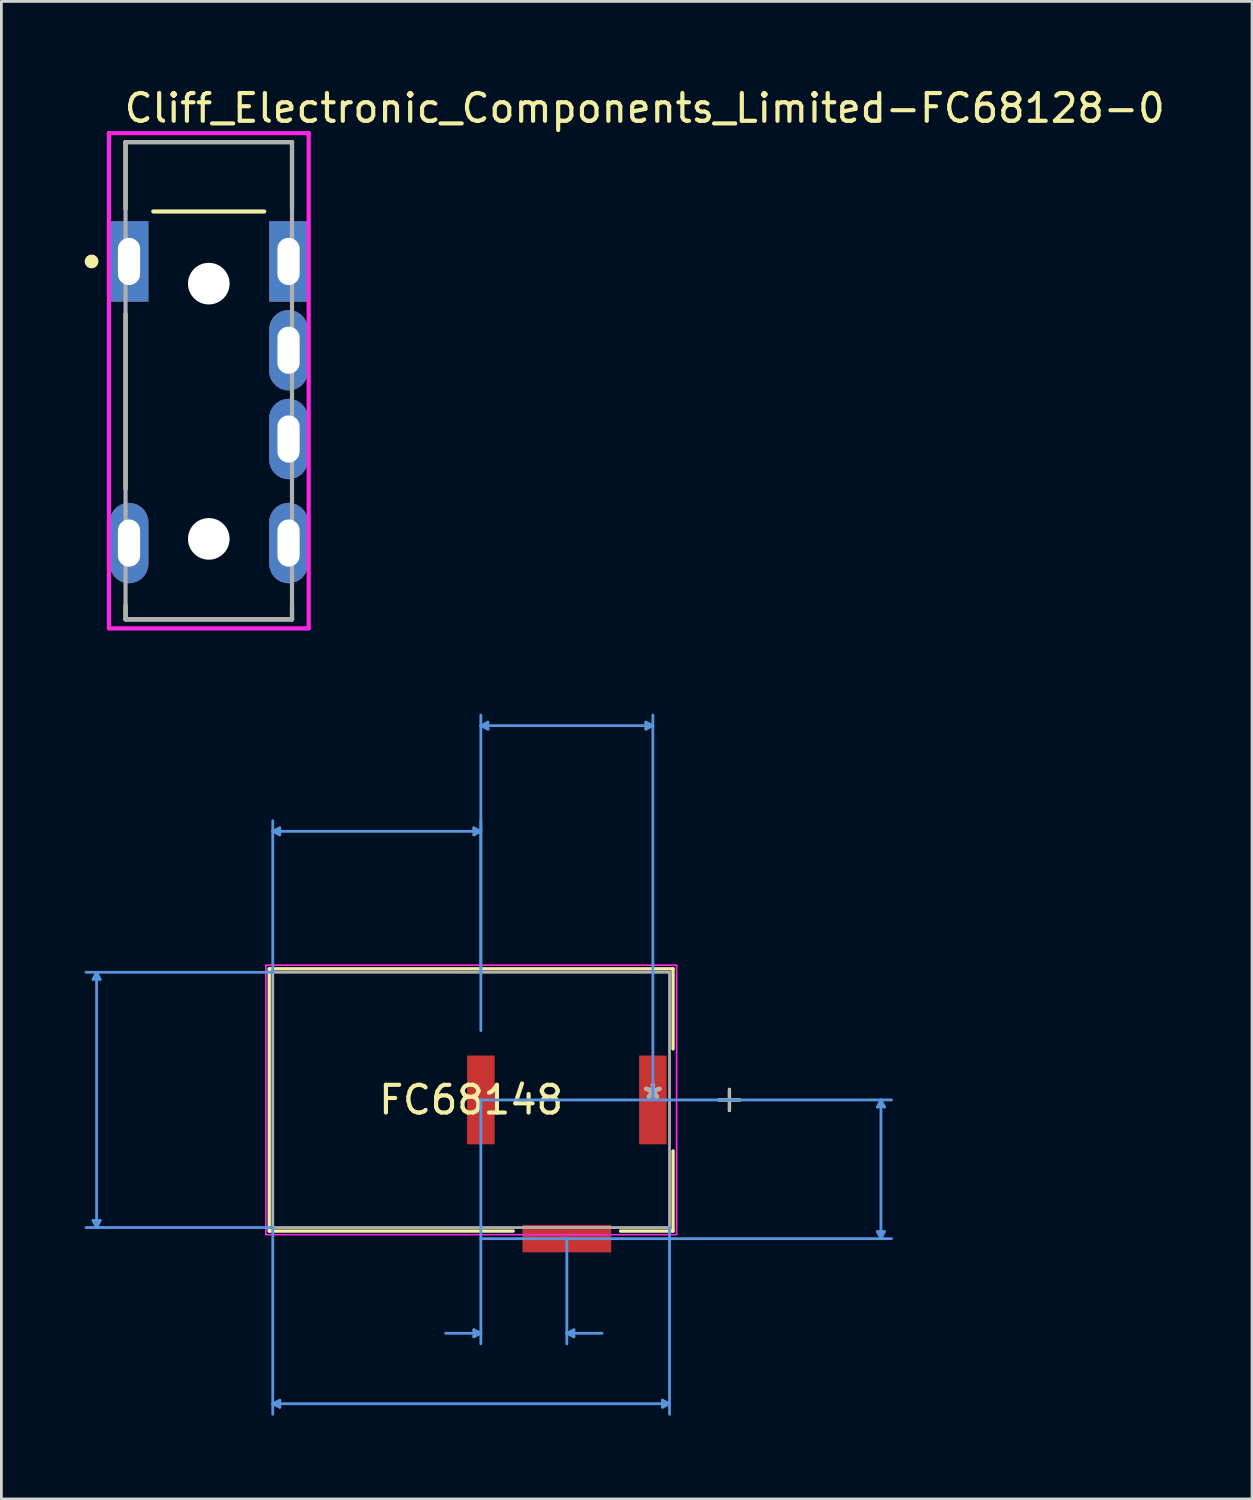
<source format=kicad_pcb>
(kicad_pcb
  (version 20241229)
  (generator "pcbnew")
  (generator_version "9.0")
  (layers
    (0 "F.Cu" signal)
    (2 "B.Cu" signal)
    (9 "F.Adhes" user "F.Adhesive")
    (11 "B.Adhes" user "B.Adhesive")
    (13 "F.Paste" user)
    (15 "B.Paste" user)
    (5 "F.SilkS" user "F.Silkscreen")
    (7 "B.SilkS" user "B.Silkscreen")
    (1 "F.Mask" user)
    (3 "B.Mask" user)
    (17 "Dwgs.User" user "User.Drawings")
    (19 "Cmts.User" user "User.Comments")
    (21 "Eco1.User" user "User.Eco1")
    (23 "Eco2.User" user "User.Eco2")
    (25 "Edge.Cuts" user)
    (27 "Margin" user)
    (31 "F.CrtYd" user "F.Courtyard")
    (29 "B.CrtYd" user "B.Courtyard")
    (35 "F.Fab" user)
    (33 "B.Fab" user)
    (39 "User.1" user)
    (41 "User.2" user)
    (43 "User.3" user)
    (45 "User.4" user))
  (footprint "Cliff_Electronic_Components_Limited-FC68128-0"
    (layer "F.Cu")
    (at 4.475 10.673)
    (property "Reference" "Cliff_Electronic_Components_Limited-FC68128-0" (at -3.125 -9.825 0) (layer "F.SilkS") (effects (font (size 1 1) (thickness 0.15)) (justify left)))
    (attr through_hole)
    (fp_line (start -3 -8.6) (end 3 -8.6) (stroke (width 0.15) (type solid)) (layer "F.SilkS"))
    (fp_line (start -3 -6.2) (end -3 -8.6) (stroke (width 0.15) (type solid)) (layer "F.SilkS"))
    (fp_line (start -3 -2.4) (end -3 3.9) (stroke (width 0.15) (type solid)) (layer "F.SilkS"))
    (fp_line (start -3 8.1) (end -3 8.6) (stroke (width 0.15) (type solid)) (layer "F.SilkS"))
    (fp_line (start -3 8.6) (end 3 8.6) (stroke (width 0.15) (type solid)) (layer "F.SilkS"))
    (fp_line (start -2 -6.1) (end 2 -6.1) (stroke (width 0.15) (type solid)) (layer "F.SilkS"))
    (fp_line (start 3 -6.2) (end 3 -8.6) (stroke (width 0.15) (type solid)) (layer "F.SilkS"))
    (fp_line (start 3 8.1) (end 3 8.6) (stroke (width 0.15) (type solid)) (layer "F.SilkS"))
    (fp_circle (center -4.225 -4.3) (end -4.1 -4.3) (stroke (width 0.25) (type solid)) (fill no) (layer "F.SilkS"))
    (fp_line (start -3.6 -8.925) (end -3.6 8.925) (stroke (width 0.15) (type solid)) (layer "F.CrtYd"))
    (fp_line (start -3.6 8.925) (end 3.6 8.925) (stroke (width 0.15) (type solid)) (layer "F.CrtYd"))
    (fp_line (start 3.6 -8.925) (end -3.6 -8.925) (stroke (width 0.15) (type solid)) (layer "F.CrtYd"))
    (fp_line (start 3.6 -8.925) (end 3.6 -8.925) (stroke (width 0.15) (type solid)) (layer "F.CrtYd"))
    (fp_line (start 3.6 8.925) (end 3.6 -8.925) (stroke (width 0.15) (type solid)) (layer "F.CrtYd"))
    (fp_line (start -3 -8.6) (end 3 -8.6) (stroke (width 0.15) (type solid)) (layer "F.Fab"))
    (fp_line (start -3 8.6) (end -3 -8.6) (stroke (width 0.15) (type solid)) (layer "F.Fab"))
    (fp_line (start 3 -8.6) (end 3 8.6) (stroke (width 0.15) (type solid)) (layer "F.Fab"))
    (fp_line (start 3 8.6) (end -3 8.6) (stroke (width 0.15) (type solid)) (layer "F.Fab"))
    (pad "" np_thru_hole circle (at 0 -3.5) (size 1.5 1.5) (drill 1.5) (layers "*.Cu" "*.Mask"))
    (pad "" np_thru_hole circle (at 0 5.7) (size 1.5 1.5) (drill 1.5) (layers "*.Cu" "*.Mask"))
    (pad "R1" thru_hole roundrect (at 2.875 2.1) (size 1.4 2.9) (drill oval 0.8 1.7) (layers "*.Cu" "*.Mask") (roundrect_rratio 0.5))
    (pad "R2" thru_hole roundrect (at 2.875 -1.1) (size 1.4 2.9) (drill oval 0.8 1.7) (layers "*.Cu" "*.Mask") (roundrect_rratio 0.5))
    (pad "S" thru_hole rect (at -2.875 -4.3) (size 1.4 2.9) (drill oval 0.8 1.7) (layers "*.Cu" "*.Mask"))
    (pad "S" thru_hole rect (at 2.875 -4.3) (size 1.4 2.9) (drill oval 0.8 1.7) (layers "*.Cu" "*.Mask"))
    (pad "T" thru_hole roundrect (at -2.875 5.85) (size 1.4 2.9) (drill oval 0.8 1.7) (layers "*.Cu" "*.Mask") (roundrect_rratio 0.5))
    (pad "T" thru_hole roundrect (at 2.875 5.85) (size 1.4 2.9) (drill oval 0.8 1.7) (layers "*.Cu" "*.Mask") (roundrect_rratio 0.5)))
  (footprint "FC68148"
    (layer "F.Cu")
    (at 20.481 36.594)
    (property "Reference" "FC68148" (at -6.55 0 0) (layer "F.SilkS") (effects (font (size 1 1) (thickness 0.15))))
    (attr through_hole)
    (fp_line (start -13.827 -4.727) (end -13.827 4.727) (stroke (width 0.12) (type solid)) (layer "F.SilkS"))
    (fp_line (start -13.827 4.727) (end -5.033 4.727) (stroke (width 0.12) (type solid)) (layer "F.SilkS"))
    (fp_line (start -1.167 4.727) (end 0.727 4.727) (stroke (width 0.12) (type solid)) (layer "F.SilkS"))
    (fp_line (start 0.727 -4.727) (end -13.827 -4.727) (stroke (width 0.12) (type solid)) (layer "F.SilkS"))
    (fp_line (start 0.727 -1.839) (end 0.727 -4.727) (stroke (width 0.12) (type solid)) (layer "F.SilkS"))
    (fp_line (start 0.727 4.727) (end 0.727 1.839) (stroke (width 0.12) (type solid)) (layer "F.SilkS"))
    (fp_line (start 2.759 -0.381) (end 2.759 0.381) (stroke (width 0.12) (type solid)) (layer "F.SilkS"))
    (fp_line (start 3.14 0) (end 2.378 0) (stroke (width 0.12) (type solid)) (layer "F.SilkS"))
    (fp_line (start -20.177 -4.346) (end -19.923 -4.346) (stroke (width 0.1) (type solid)) (layer "Cmts.User"))
    (fp_line (start -20.177 4.346) (end -19.923 4.346) (stroke (width 0.1) (type solid)) (layer "Cmts.User"))
    (fp_line (start -20.05 -4.6) (end -20.177 -4.346) (stroke (width 0.1) (type solid)) (layer "Cmts.User"))
    (fp_line (start -20.05 -4.6) (end -20.05 4.6) (stroke (width 0.1) (type solid)) (layer "Cmts.User"))
    (fp_line (start -20.05 -4.6) (end -19.923 -4.346) (stroke (width 0.1) (type solid)) (layer "Cmts.User"))
    (fp_line (start -20.05 4.6) (end -20.177 4.346) (stroke (width 0.1) (type solid)) (layer "Cmts.User"))
    (fp_line (start -20.05 4.6) (end -19.923 4.346) (stroke (width 0.1) (type solid)) (layer "Cmts.User"))
    (fp_line (start -13.7 -4.6) (end -20.431 -4.6) (stroke (width 0.1) (type solid)) (layer "Cmts.User"))
    (fp_line (start -13.7 4.6) (end -20.431 4.6) (stroke (width 0.1) (type solid)) (layer "Cmts.User"))
    (fp_line (start -13.7 4.6) (end -13.7 11.331) (stroke (width 0.1) (type solid)) (layer "Cmts.User"))
    (fp_line (start -13.7 10.95) (end -13.446 10.823) (stroke (width 0.1) (type solid)) (layer "Cmts.User"))
    (fp_line (start -13.7 10.95) (end -13.446 11.077) (stroke (width 0.1) (type solid)) (layer "Cmts.User"))
    (fp_line (start -13.7 10.95) (end 0.6 10.95) (stroke (width 0.1) (type solid)) (layer "Cmts.User"))
    (fp_line (start -13.7 -9.68) (end -13.446 -9.807) (stroke (width 0.1) (type solid)) (layer "Cmts.User"))
    (fp_line (start -13.7 -9.68) (end -13.446 -9.553) (stroke (width 0.1) (type solid)) (layer "Cmts.User"))
    (fp_line (start -13.7 -9.68) (end -6.2 -9.68) (stroke (width 0.1) (type solid)) (layer "Cmts.User"))
    (fp_line (start -13.7 -4.6) (end -13.7 -10.061) (stroke (width 0.1) (type solid)) (layer "Cmts.User"))
    (fp_line (start -13.446 10.823) (end -13.446 11.077) (stroke (width 0.1) (type solid)) (layer "Cmts.User"))
    (fp_line (start -13.446 -9.807) (end -13.446 -9.553) (stroke (width 0.1) (type solid)) (layer "Cmts.User"))
    (fp_line (start -6.454 -9.807) (end -6.454 -9.553) (stroke (width 0.1) (type solid)) (layer "Cmts.User"))
    (fp_line (start -6.454 8.283) (end -6.454 8.537) (stroke (width 0.1) (type solid)) (layer "Cmts.User"))
    (fp_line (start -6.2 -13.49) (end -5.946 -13.617) (stroke (width 0.1) (type solid)) (layer "Cmts.User"))
    (fp_line (start -6.2 -13.49) (end -5.946 -13.363) (stroke (width 0.1) (type solid)) (layer "Cmts.User"))
    (fp_line (start -6.2 -13.49) (end 0 -13.49) (stroke (width 0.1) (type solid)) (layer "Cmts.User"))
    (fp_line (start -6.2 -9.68) (end -6.454 -9.807) (stroke (width 0.1) (type solid)) (layer "Cmts.User"))
    (fp_line (start -6.2 -9.68) (end -6.454 -9.553) (stroke (width 0.1) (type solid)) (layer "Cmts.User"))
    (fp_line (start -6.2 -4.6) (end -6.2 -13.871) (stroke (width 0.1) (type solid)) (layer "Cmts.User"))
    (fp_line (start -6.2 -2.5) (end -6.2 -10.061) (stroke (width 0.1) (type solid)) (layer "Cmts.User"))
    (fp_line (start -6.2 0) (end -6.2 8.791) (stroke (width 0.1) (type solid)) (layer "Cmts.User"))
    (fp_line (start -6.2 0) (end 8.601 0) (stroke (width 0.1) (type solid)) (layer "Cmts.User"))
    (fp_line (start -6.2 5) (end 8.601 5) (stroke (width 0.1) (type solid)) (layer "Cmts.User"))
    (fp_line (start -6.2 8.41) (end -7.47 8.41) (stroke (width 0.1) (type solid)) (layer "Cmts.User"))
    (fp_line (start -6.2 8.41) (end -6.454 8.283) (stroke (width 0.1) (type solid)) (layer "Cmts.User"))
    (fp_line (start -6.2 8.41) (end -6.454 8.537) (stroke (width 0.1) (type solid)) (layer "Cmts.User"))
    (fp_line (start -5.946 -13.617) (end -5.946 -13.363) (stroke (width 0.1) (type solid)) (layer "Cmts.User"))
    (fp_line (start -3.1 5) (end -3.1 8.791) (stroke (width 0.1) (type solid)) (layer "Cmts.User"))
    (fp_line (start -3.1 8.41) (end -2.846 8.283) (stroke (width 0.1) (type solid)) (layer "Cmts.User"))
    (fp_line (start -3.1 8.41) (end -2.846 8.537) (stroke (width 0.1) (type solid)) (layer "Cmts.User"))
    (fp_line (start -3.1 8.41) (end -1.83 8.41) (stroke (width 0.1) (type solid)) (layer "Cmts.User"))
    (fp_line (start -2.846 8.283) (end -2.846 8.537) (stroke (width 0.1) (type solid)) (layer "Cmts.User"))
    (fp_line (start -0.254 -13.617) (end -0.254 -13.363) (stroke (width 0.1) (type solid)) (layer "Cmts.User"))
    (fp_line (start 0 -13.49) (end -0.254 -13.617) (stroke (width 0.1) (type solid)) (layer "Cmts.User"))
    (fp_line (start 0 -13.49) (end -0.254 -13.363) (stroke (width 0.1) (type solid)) (layer "Cmts.User"))
    (fp_line (start 0 0) (end 0 -13.871) (stroke (width 0.1) (type solid)) (layer "Cmts.User"))
    (fp_line (start 0.346 10.823) (end 0.346 11.077) (stroke (width 0.1) (type solid)) (layer "Cmts.User"))
    (fp_line (start 0.6 4.6) (end 0.6 11.331) (stroke (width 0.1) (type solid)) (layer "Cmts.User"))
    (fp_line (start 0.6 10.95) (end 0.346 10.823) (stroke (width 0.1) (type solid)) (layer "Cmts.User"))
    (fp_line (start 0.6 10.95) (end 0.346 11.077) (stroke (width 0.1) (type solid)) (layer "Cmts.User"))
    (fp_line (start 8.093 0.254) (end 8.347 0.254) (stroke (width 0.1) (type solid)) (layer "Cmts.User"))
    (fp_line (start 8.093 4.746) (end 8.347 4.746) (stroke (width 0.1) (type solid)) (layer "Cmts.User"))
    (fp_line (start 8.22 0) (end 8.093 0.254) (stroke (width 0.1) (type solid)) (layer "Cmts.User"))
    (fp_line (start 8.22 0) (end 8.22 5) (stroke (width 0.1) (type solid)) (layer "Cmts.User"))
    (fp_line (start 8.22 0) (end 8.347 0.254) (stroke (width 0.1) (type solid)) (layer "Cmts.User"))
    (fp_line (start 8.22 5) (end 8.093 4.746) (stroke (width 0.1) (type solid)) (layer "Cmts.User"))
    (fp_line (start 8.22 5) (end 8.347 4.746) (stroke (width 0.1) (type solid)) (layer "Cmts.User"))
    (fp_line (start -13.954 -4.854) (end 0.854 -4.854) (stroke (width 0.05) (type solid)) (layer "F.CrtYd"))
    (fp_line (start -13.954 -4.854) (end 0.854 -4.854) (stroke (width 0.05) (type solid)) (layer "F.CrtYd"))
    (fp_line (start -13.954 4.854) (end -13.954 -4.854) (stroke (width 0.05) (type solid)) (layer "F.CrtYd"))
    (fp_line (start -13.954 4.854) (end -13.954 -4.854) (stroke (width 0.05) (type solid)) (layer "F.CrtYd"))
    (fp_line (start 0.854 -4.854) (end 0.854 4.854) (stroke (width 0.05) (type solid)) (layer "F.CrtYd"))
    (fp_line (start 0.854 -4.854) (end 0.854 4.854) (stroke (width 0.05) (type solid)) (layer "F.CrtYd"))
    (fp_line (start 0.854 4.854) (end -13.954 4.854) (stroke (width 0.05) (type solid)) (layer "F.CrtYd"))
    (fp_line (start 0.854 4.854) (end -13.954 4.854) (stroke (width 0.05) (type solid)) (layer "F.CrtYd"))
    (fp_line (start -13.7 -4.6) (end -13.7 4.6) (stroke (width 0.1) (type solid)) (layer "F.Fab"))
    (fp_line (start -13.7 4.6) (end 0.6 4.6) (stroke (width 0.1) (type solid)) (layer "F.Fab"))
    (fp_line (start 0.6 -4.6) (end -13.7 -4.6) (stroke (width 0.1) (type solid)) (layer "F.Fab"))
    (fp_line (start 0.6 4.6) (end 0.6 -4.6) (stroke (width 0.1) (type solid)) (layer "F.Fab"))
    (fp_line (start 2.759 -0.381) (end 2.759 0.381) (stroke (width 0.1) (type solid)) (layer "F.Fab"))
    (fp_line (start 3.14 0) (end 2.378 0) (stroke (width 0.1) (type solid)) (layer "F.Fab"))
    (fp_text user "*" (at 0 0 0) (layer "F.SilkS") (effects (font (size 1 1) (thickness 0.15))))
    (fp_text user "Copyright 2021 Accelerated Designs. All rights reserved." (at 0 0 0) (layer "Cmts.User") (effects (font (size 0.127 0.127) (thickness 0.002))))
    (fp_text user "*" (at 0 0 0) (layer "F.Fab") (effects (font (size 1 1) (thickness 0.15))))
    (pad "1" smd rect (at 0 0) (size 0.991 3.2) (layers "F.Cu" "F.Mask" "F.Paste"))
    (pad "2" smd rect (at -3.1 5) (size 3.2 0.991) (layers "F.Cu" "F.Mask" "F.Paste"))
    (pad "3" smd rect (at -6.2 0) (size 0.991 3.2) (layers "F.Cu" "F.Mask" "F.Paste")))
  (gr_rect
    (start -3 -3)
    (end 42.076 50.975)
    (stroke (width 0.1) (type default))
    (fill no)
    (layer "Edge.Cuts")))
</source>
